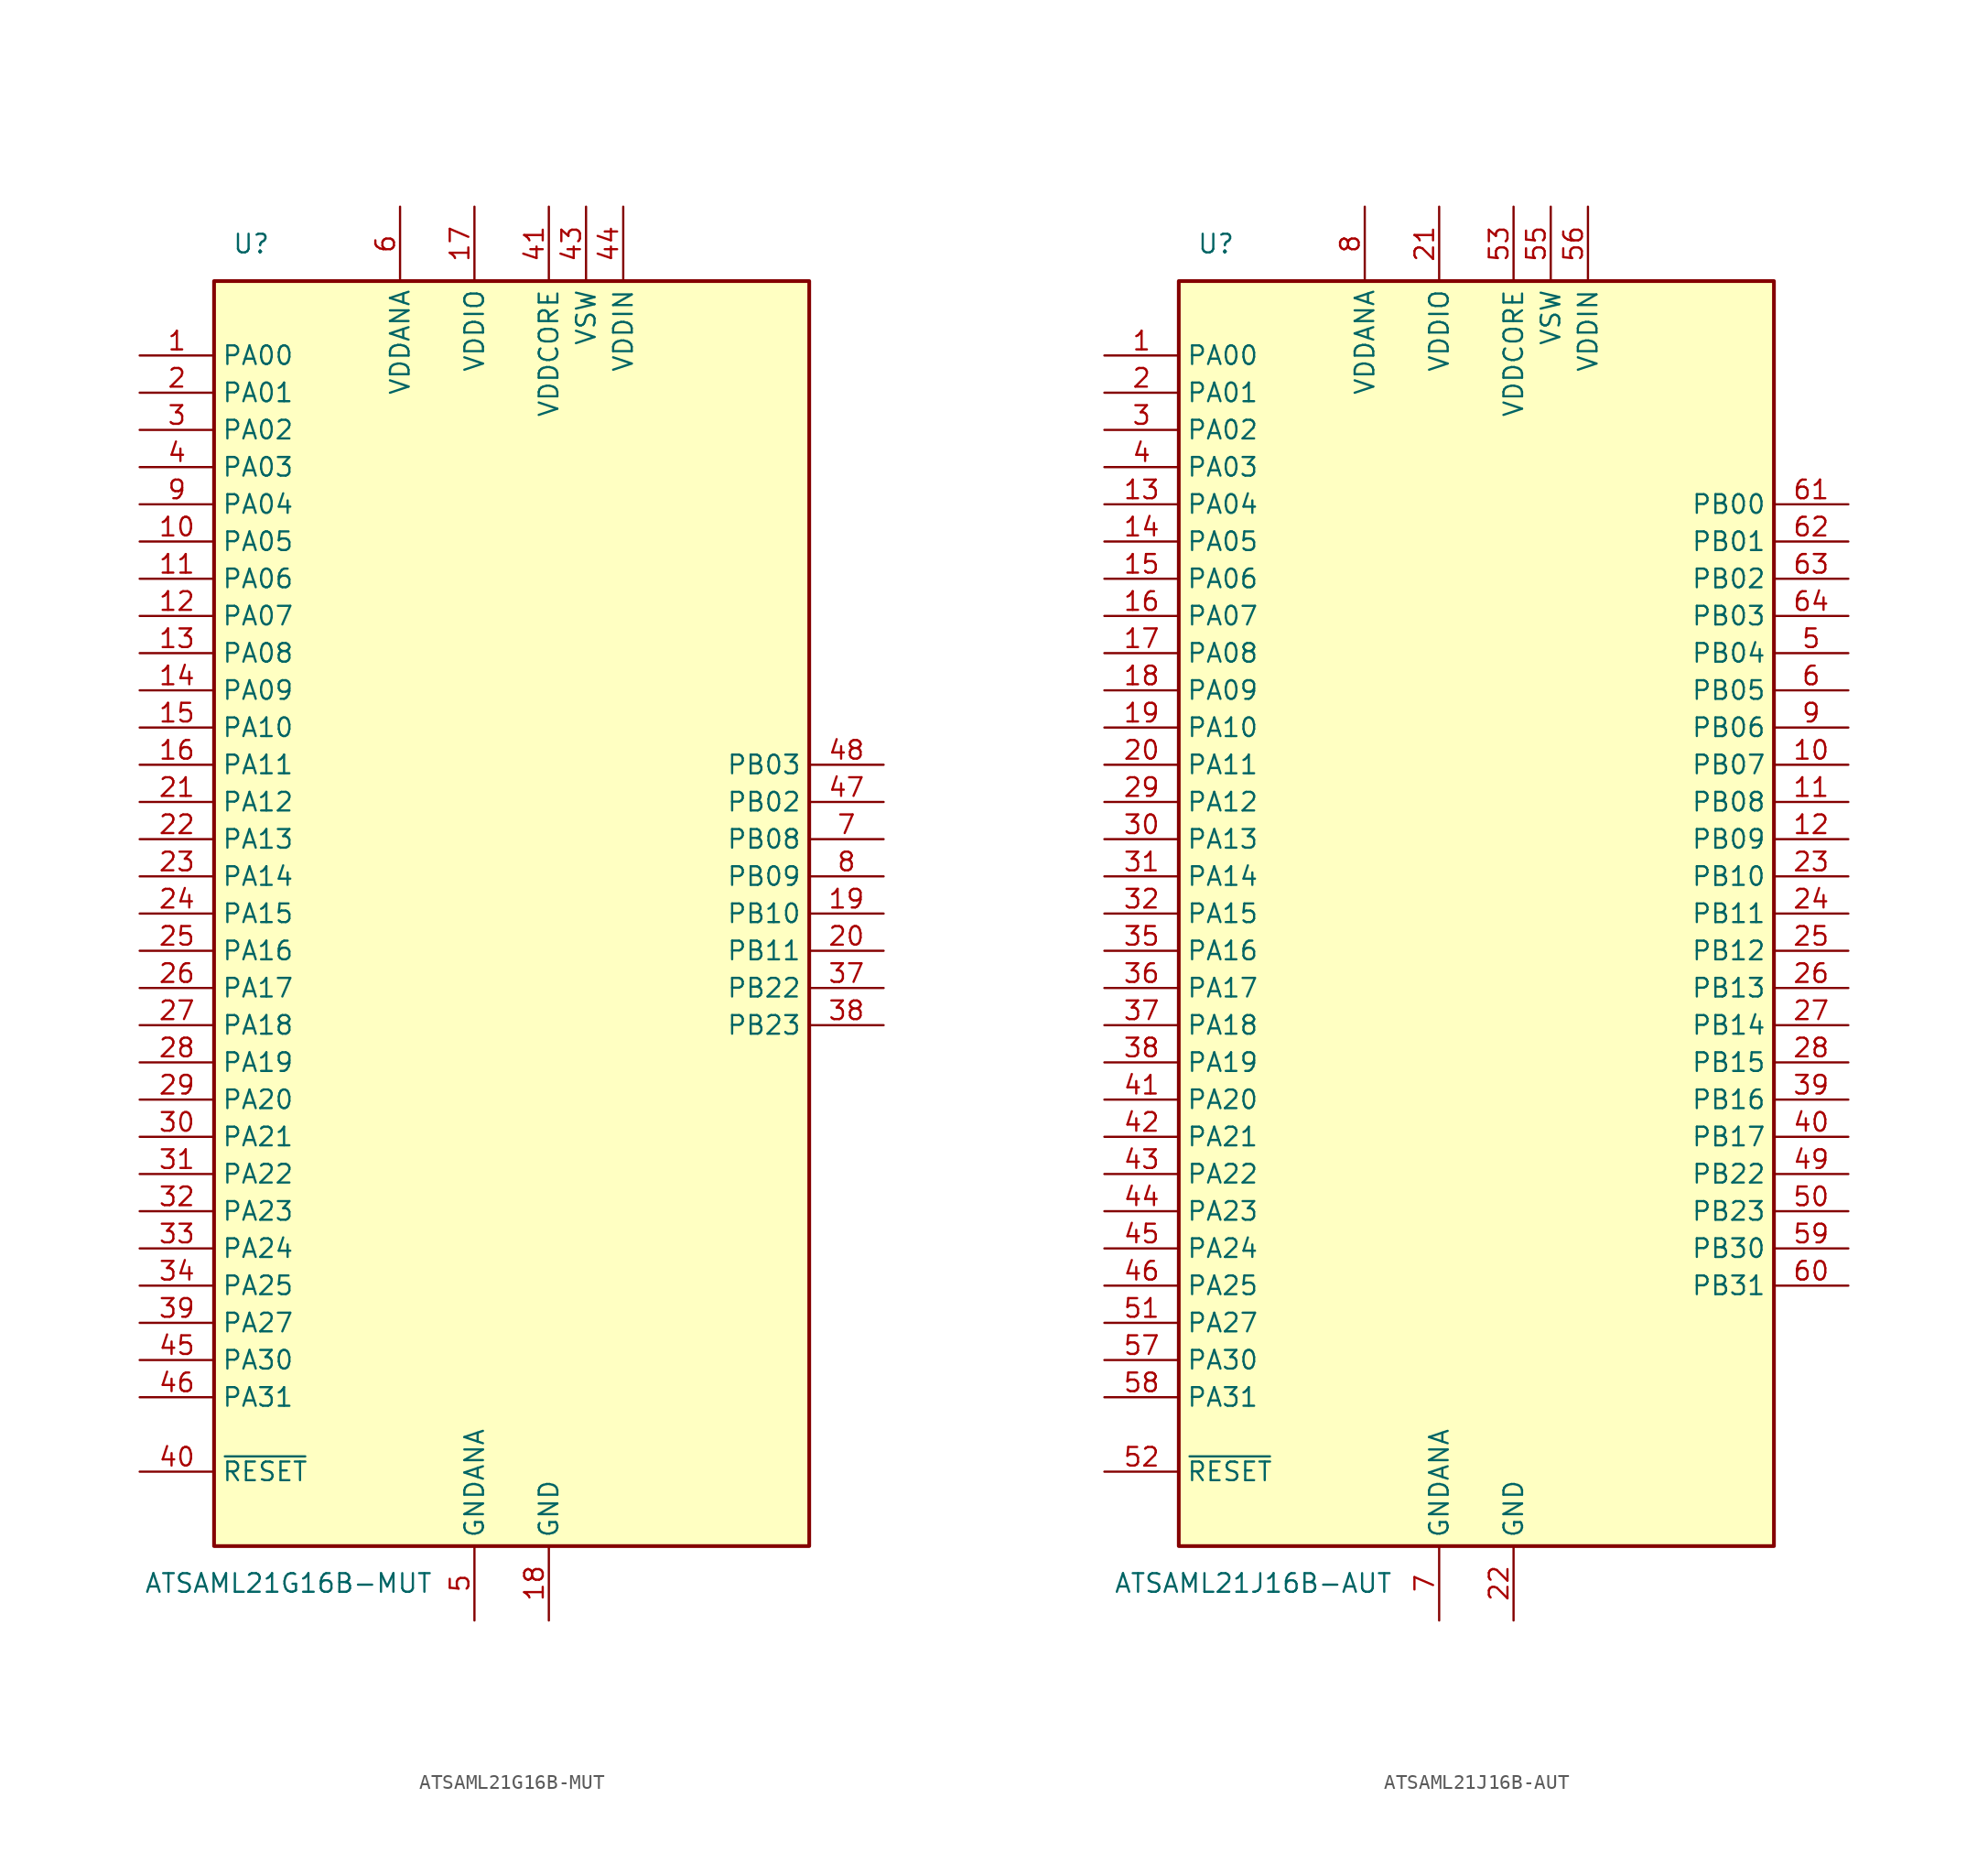
<source format=kicad_sym>
(kicad_symbol_lib
  (version 20220914)
  (generator kicad_symbol_editor)
  (symbol "ATSAML21G16B-MUT"
    (property "Reference" "U"
      (at -17.78 45.72 0)
      (effects (font (size 1.27 1.27))))
    (property "Value" "ATSAML21G16B-MUT"
      (at -15.24 -45.72 0)
      (effects (font (size 1.27 1.27))))
    (symbol "ATSAML21G16B-MUT_0_1"
      (rectangle (start -20.32 43.18) (end 20.32 -43.18) (stroke (width 0.254) (type default)) (fill (type background))))
    (symbol "ATSAML21G16B-MUT_1_1"
      (pin bidirectional line (at -25.4 38.1 0) (length 5.08) (name "PA00" (effects (font (size 1.27 1.27)))) (number "1" (effects (font (size 1.27 1.27)))))
      (pin bidirectional line (at -25.4 25.4 0) (length 5.08) (name "PA05" (effects (font (size 1.27 1.27)))) (number "10" (effects (font (size 1.27 1.27)))))
      (pin bidirectional line (at -25.4 22.86 0) (length 5.08) (name "PA06" (effects (font (size 1.27 1.27)))) (number "11" (effects (font (size 1.27 1.27)))))
      (pin bidirectional line (at -25.4 20.32 0) (length 5.08) (name "PA07" (effects (font (size 1.27 1.27)))) (number "12" (effects (font (size 1.27 1.27)))))
      (pin bidirectional line (at -25.4 17.78 0) (length 5.08) (name "PA08" (effects (font (size 1.27 1.27)))) (number "13" (effects (font (size 1.27 1.27)))))
      (pin bidirectional line (at -25.4 15.24 0) (length 5.08) (name "PA09" (effects (font (size 1.27 1.27)))) (number "14" (effects (font (size 1.27 1.27)))))
      (pin bidirectional line (at -25.4 12.7 0) (length 5.08) (name "PA10" (effects (font (size 1.27 1.27)))) (number "15" (effects (font (size 1.27 1.27)))))
      (pin bidirectional line (at -25.4 10.16 0) (length 5.08) (name "PA11" (effects (font (size 1.27 1.27)))) (number "16" (effects (font (size 1.27 1.27)))))
      (pin power_in line (at -2.54 48.26 270) (length 5.08) (name "VDDIO" (effects (font (size 1.27 1.27)))) (number "17" (effects (font (size 1.27 1.27)))))
      (pin power_in line (at 2.54 -48.26 90) (length 5.08) (name "GND" (effects (font (size 1.27 1.27)))) (number "18" (effects (font (size 1.27 1.27)))))
      (pin bidirectional line (at 25.4 0 180) (length 5.08) (name "PB10" (effects (font (size 1.27 1.27)))) (number "19" (effects (font (size 1.27 1.27)))))
      (pin bidirectional line (at -25.4 35.56 0) (length 5.08) (name "PA01" (effects (font (size 1.27 1.27)))) (number "2" (effects (font (size 1.27 1.27)))))
      (pin bidirectional line (at 25.4 -2.54 180) (length 5.08) (name "PB11" (effects (font (size 1.27 1.27)))) (number "20" (effects (font (size 1.27 1.27)))))
      (pin bidirectional line (at -25.4 7.62 0) (length 5.08) (name "PA12" (effects (font (size 1.27 1.27)))) (number "21" (effects (font (size 1.27 1.27)))))
      (pin bidirectional line (at -25.4 5.08 0) (length 5.08) (name "PA13" (effects (font (size 1.27 1.27)))) (number "22" (effects (font (size 1.27 1.27)))))
      (pin bidirectional line (at -25.4 2.54 0) (length 5.08) (name "PA14" (effects (font (size 1.27 1.27)))) (number "23" (effects (font (size 1.27 1.27)))))
      (pin bidirectional line (at -25.4 0 0) (length 5.08) (name "PA15" (effects (font (size 1.27 1.27)))) (number "24" (effects (font (size 1.27 1.27)))))
      (pin bidirectional line (at -25.4 -2.54 0) (length 5.08) (name "PA16" (effects (font (size 1.27 1.27)))) (number "25" (effects (font (size 1.27 1.27)))))
      (pin bidirectional line (at -25.4 -5.08 0) (length 5.08) (name "PA17" (effects (font (size 1.27 1.27)))) (number "26" (effects (font (size 1.27 1.27)))))
      (pin bidirectional line (at -25.4 -7.62 0) (length 5.08) (name "PA18" (effects (font (size 1.27 1.27)))) (number "27" (effects (font (size 1.27 1.27)))))
      (pin bidirectional line (at -25.4 -10.16 0) (length 5.08) (name "PA19" (effects (font (size 1.27 1.27)))) (number "28" (effects (font (size 1.27 1.27)))))
      (pin bidirectional line (at -25.4 -12.7 0) (length 5.08) (name "PA20" (effects (font (size 1.27 1.27)))) (number "29" (effects (font (size 1.27 1.27)))))
      (pin bidirectional line (at -25.4 33.02 0) (length 5.08) (name "PA02" (effects (font (size 1.27 1.27)))) (number "3" (effects (font (size 1.27 1.27)))))
      (pin bidirectional line (at -25.4 -15.24 0) (length 5.08) (name "PA21" (effects (font (size 1.27 1.27)))) (number "30" (effects (font (size 1.27 1.27)))))
      (pin bidirectional line (at -25.4 -17.78 0) (length 5.08) (name "PA22" (effects (font (size 1.27 1.27)))) (number "31" (effects (font (size 1.27 1.27)))))
      (pin bidirectional line (at -25.4 -20.32 0) (length 5.08) (name "PA23" (effects (font (size 1.27 1.27)))) (number "32" (effects (font (size 1.27 1.27)))))
      (pin bidirectional line (at -25.4 -22.86 0) (length 5.08) (name "PA24" (effects (font (size 1.27 1.27)))) (number "33" (effects (font (size 1.27 1.27)))))
      (pin bidirectional line (at -25.4 -25.4 0) (length 5.08) (name "PA25" (effects (font (size 1.27 1.27)))) (number "34" (effects (font (size 1.27 1.27)))))
      (pin passive line (at 2.54 -48.26 90) (length 5.08) hide (name "GND" (effects (font (size 1.27 1.27)))) (number "35" (effects (font (size 1.27 1.27)))))
      (pin passive line (at -2.54 48.26 270) (length 5.08) hide (name "VDDIO" (effects (font (size 1.27 1.27)))) (number "36" (effects (font (size 1.27 1.27)))))
      (pin bidirectional line (at 25.4 -5.08 180) (length 5.08) (name "PB22" (effects (font (size 1.27 1.27)))) (number "37" (effects (font (size 1.27 1.27)))))
      (pin bidirectional line (at 25.4 -7.62 180) (length 5.08) (name "PB23" (effects (font (size 1.27 1.27)))) (number "38" (effects (font (size 1.27 1.27)))))
      (pin bidirectional line (at -25.4 -27.94 0) (length 5.08) (name "PA27" (effects (font (size 1.27 1.27)))) (number "39" (effects (font (size 1.27 1.27)))))
      (pin bidirectional line (at -25.4 30.48 0) (length 5.08) (name "PA03" (effects (font (size 1.27 1.27)))) (number "4" (effects (font (size 1.27 1.27)))))
      (pin input line (at -25.4 -38.1 0) (length 5.08) (name "~{RESET}" (effects (font (size 1.27 1.27)))) (number "40" (effects (font (size 1.27 1.27)))))
      (pin power_in line (at 2.54 48.26 270) (length 5.08) (name "VDDCORE" (effects (font (size 1.27 1.27)))) (number "41" (effects (font (size 1.27 1.27)))))
      (pin passive line (at 2.54 -48.26 90) (length 5.08) hide (name "GND" (effects (font (size 1.27 1.27)))) (number "42" (effects (font (size 1.27 1.27)))))
      (pin power_out line (at 5.08 48.26 270) (length 5.08) (name "VSW" (effects (font (size 1.27 1.27)))) (number "43" (effects (font (size 1.27 1.27)))))
      (pin power_in line (at 7.62 48.26 270) (length 5.08) (name "VDDIN" (effects (font (size 1.27 1.27)))) (number "44" (effects (font (size 1.27 1.27)))))
      (pin bidirectional line (at -25.4 -30.48 0) (length 5.08) (name "PA30" (effects (font (size 1.27 1.27)))) (number "45" (effects (font (size 1.27 1.27)))))
      (pin bidirectional line (at -25.4 -33.02 0) (length 5.08) (name "PA31" (effects (font (size 1.27 1.27)))) (number "46" (effects (font (size 1.27 1.27)))))
      (pin bidirectional line (at 25.4 7.62 180) (length 5.08) (name "PB02" (effects (font (size 1.27 1.27)))) (number "47" (effects (font (size 1.27 1.27)))))
      (pin bidirectional line (at 25.4 10.16 180) (length 5.08) (name "PB03" (effects (font (size 1.27 1.27)))) (number "48" (effects (font (size 1.27 1.27)))))
      (pin power_in line (at -2.54 -48.26 90) (length 5.08) (name "GNDANA" (effects (font (size 1.27 1.27)))) (number "5" (effects (font (size 1.27 1.27)))))
      (pin power_in line (at -7.62 48.26 270) (length 5.08) (name "VDDANA" (effects (font (size 1.27 1.27)))) (number "6" (effects (font (size 1.27 1.27)))))
      (pin bidirectional line (at 25.4 5.08 180) (length 5.08) (name "PB08" (effects (font (size 1.27 1.27)))) (number "7" (effects (font (size 1.27 1.27)))))
      (pin bidirectional line (at 25.4 2.54 180) (length 5.08) (name "PB09" (effects (font (size 1.27 1.27)))) (number "8" (effects (font (size 1.27 1.27)))))
      (pin bidirectional line (at -25.4 27.94 0) (length 5.08) (name "PA04" (effects (font (size 1.27 1.27)))) (number "9" (effects (font (size 1.27 1.27)))))))
  (symbol "ATSAML21J16B-AUT"
    (property "Reference" "U"
      (at -17.78 45.72 0)
      (effects (font (size 1.27 1.27))))
    (property "Value" "ATSAML21J16B-AUT"
      (at -15.24 -45.72 0)
      (effects (font (size 1.27 1.27))))
    (symbol "ATSAML21J16B-AUT_0_1"
      (rectangle (start -20.32 43.18) (end 20.32 -43.18) (stroke (width 0.254) (type default)) (fill (type background))))
    (symbol "ATSAML21J16B-AUT_1_1"
      (pin bidirectional line (at -25.4 38.1 0) (length 5.08) (name "PA00" (effects (font (size 1.27 1.27)))) (number "1" (effects (font (size 1.27 1.27)))))
      (pin bidirectional line (at 25.4 10.16 180) (length 5.08) (name "PB07" (effects (font (size 1.27 1.27)))) (number "10" (effects (font (size 1.27 1.27)))))
      (pin bidirectional line (at 25.4 7.62 180) (length 5.08) (name "PB08" (effects (font (size 1.27 1.27)))) (number "11" (effects (font (size 1.27 1.27)))))
      (pin bidirectional line (at 25.4 5.08 180) (length 5.08) (name "PB09" (effects (font (size 1.27 1.27)))) (number "12" (effects (font (size 1.27 1.27)))))
      (pin bidirectional line (at -25.4 27.94 0) (length 5.08) (name "PA04" (effects (font (size 1.27 1.27)))) (number "13" (effects (font (size 1.27 1.27)))))
      (pin bidirectional line (at -25.4 25.4 0) (length 5.08) (name "PA05" (effects (font (size 1.27 1.27)))) (number "14" (effects (font (size 1.27 1.27)))))
      (pin bidirectional line (at -25.4 22.86 0) (length 5.08) (name "PA06" (effects (font (size 1.27 1.27)))) (number "15" (effects (font (size 1.27 1.27)))))
      (pin bidirectional line (at -25.4 20.32 0) (length 5.08) (name "PA07" (effects (font (size 1.27 1.27)))) (number "16" (effects (font (size 1.27 1.27)))))
      (pin bidirectional line (at -25.4 17.78 0) (length 5.08) (name "PA08" (effects (font (size 1.27 1.27)))) (number "17" (effects (font (size 1.27 1.27)))))
      (pin bidirectional line (at -25.4 15.24 0) (length 5.08) (name "PA09" (effects (font (size 1.27 1.27)))) (number "18" (effects (font (size 1.27 1.27)))))
      (pin bidirectional line (at -25.4 12.7 0) (length 5.08) (name "PA10" (effects (font (size 1.27 1.27)))) (number "19" (effects (font (size 1.27 1.27)))))
      (pin bidirectional line (at -25.4 35.56 0) (length 5.08) (name "PA01" (effects (font (size 1.27 1.27)))) (number "2" (effects (font (size 1.27 1.27)))))
      (pin bidirectional line (at -25.4 10.16 0) (length 5.08) (name "PA11" (effects (font (size 1.27 1.27)))) (number "20" (effects (font (size 1.27 1.27)))))
      (pin power_in line (at -2.54 48.26 270) (length 5.08) (name "VDDIO" (effects (font (size 1.27 1.27)))) (number "21" (effects (font (size 1.27 1.27)))))
      (pin power_in line (at 2.54 -48.26 90) (length 5.08) (name "GND" (effects (font (size 1.27 1.27)))) (number "22" (effects (font (size 1.27 1.27)))))
      (pin bidirectional line (at 25.4 2.54 180) (length 5.08) (name "PB10" (effects (font (size 1.27 1.27)))) (number "23" (effects (font (size 1.27 1.27)))))
      (pin bidirectional line (at 25.4 0 180) (length 5.08) (name "PB11" (effects (font (size 1.27 1.27)))) (number "24" (effects (font (size 1.27 1.27)))))
      (pin bidirectional line (at 25.4 -2.54 180) (length 5.08) (name "PB12" (effects (font (size 1.27 1.27)))) (number "25" (effects (font (size 1.27 1.27)))))
      (pin bidirectional line (at 25.4 -5.08 180) (length 5.08) (name "PB13" (effects (font (size 1.27 1.27)))) (number "26" (effects (font (size 1.27 1.27)))))
      (pin bidirectional line (at 25.4 -7.62 180) (length 5.08) (name "PB14" (effects (font (size 1.27 1.27)))) (number "27" (effects (font (size 1.27 1.27)))))
      (pin bidirectional line (at 25.4 -10.16 180) (length 5.08) (name "PB15" (effects (font (size 1.27 1.27)))) (number "28" (effects (font (size 1.27 1.27)))))
      (pin bidirectional line (at -25.4 7.62 0) (length 5.08) (name "PA12" (effects (font (size 1.27 1.27)))) (number "29" (effects (font (size 1.27 1.27)))))
      (pin bidirectional line (at -25.4 33.02 0) (length 5.08) (name "PA02" (effects (font (size 1.27 1.27)))) (number "3" (effects (font (size 1.27 1.27)))))
      (pin bidirectional line (at -25.4 5.08 0) (length 5.08) (name "PA13" (effects (font (size 1.27 1.27)))) (number "30" (effects (font (size 1.27 1.27)))))
      (pin bidirectional line (at -25.4 2.54 0) (length 5.08) (name "PA14" (effects (font (size 1.27 1.27)))) (number "31" (effects (font (size 1.27 1.27)))))
      (pin bidirectional line (at -25.4 0 0) (length 5.08) (name "PA15" (effects (font (size 1.27 1.27)))) (number "32" (effects (font (size 1.27 1.27)))))
      (pin passive line (at 2.54 -48.26 90) (length 5.08) hide (name "GND" (effects (font (size 1.27 1.27)))) (number "33" (effects (font (size 1.27 1.27)))))
      (pin passive line (at -2.54 48.26 270) (length 5.08) hide (name "VDDIO" (effects (font (size 1.27 1.27)))) (number "34" (effects (font (size 1.27 1.27)))))
      (pin bidirectional line (at -25.4 -2.54 0) (length 5.08) (name "PA16" (effects (font (size 1.27 1.27)))) (number "35" (effects (font (size 1.27 1.27)))))
      (pin bidirectional line (at -25.4 -5.08 0) (length 5.08) (name "PA17" (effects (font (size 1.27 1.27)))) (number "36" (effects (font (size 1.27 1.27)))))
      (pin bidirectional line (at -25.4 -7.62 0) (length 5.08) (name "PA18" (effects (font (size 1.27 1.27)))) (number "37" (effects (font (size 1.27 1.27)))))
      (pin bidirectional line (at -25.4 -10.16 0) (length 5.08) (name "PA19" (effects (font (size 1.27 1.27)))) (number "38" (effects (font (size 1.27 1.27)))))
      (pin bidirectional line (at 25.4 -12.7 180) (length 5.08) (name "PB16" (effects (font (size 1.27 1.27)))) (number "39" (effects (font (size 1.27 1.27)))))
      (pin bidirectional line (at -25.4 30.48 0) (length 5.08) (name "PA03" (effects (font (size 1.27 1.27)))) (number "4" (effects (font (size 1.27 1.27)))))
      (pin bidirectional line (at 25.4 -15.24 180) (length 5.08) (name "PB17" (effects (font (size 1.27 1.27)))) (number "40" (effects (font (size 1.27 1.27)))))
      (pin bidirectional line (at -25.4 -12.7 0) (length 5.08) (name "PA20" (effects (font (size 1.27 1.27)))) (number "41" (effects (font (size 1.27 1.27)))))
      (pin bidirectional line (at -25.4 -15.24 0) (length 5.08) (name "PA21" (effects (font (size 1.27 1.27)))) (number "42" (effects (font (size 1.27 1.27)))))
      (pin bidirectional line (at -25.4 -17.78 0) (length 5.08) (name "PA22" (effects (font (size 1.27 1.27)))) (number "43" (effects (font (size 1.27 1.27)))))
      (pin bidirectional line (at -25.4 -20.32 0) (length 5.08) (name "PA23" (effects (font (size 1.27 1.27)))) (number "44" (effects (font (size 1.27 1.27)))))
      (pin bidirectional line (at -25.4 -22.86 0) (length 5.08) (name "PA24" (effects (font (size 1.27 1.27)))) (number "45" (effects (font (size 1.27 1.27)))))
      (pin bidirectional line (at -25.4 -25.4 0) (length 5.08) (name "PA25" (effects (font (size 1.27 1.27)))) (number "46" (effects (font (size 1.27 1.27)))))
      (pin passive line (at 2.54 -48.26 90) (length 5.08) hide (name "GND" (effects (font (size 1.27 1.27)))) (number "47" (effects (font (size 1.27 1.27)))))
      (pin passive line (at -2.54 48.26 270) (length 5.08) hide (name "VDDIO" (effects (font (size 1.27 1.27)))) (number "48" (effects (font (size 1.27 1.27)))))
      (pin bidirectional line (at 25.4 -17.78 180) (length 5.08) (name "PB22" (effects (font (size 1.27 1.27)))) (number "49" (effects (font (size 1.27 1.27)))))
      (pin bidirectional line (at 25.4 17.78 180) (length 5.08) (name "PB04" (effects (font (size 1.27 1.27)))) (number "5" (effects (font (size 1.27 1.27)))))
      (pin bidirectional line (at 25.4 -20.32 180) (length 5.08) (name "PB23" (effects (font (size 1.27 1.27)))) (number "50" (effects (font (size 1.27 1.27)))))
      (pin bidirectional line (at -25.4 -27.94 0) (length 5.08) (name "PA27" (effects (font (size 1.27 1.27)))) (number "51" (effects (font (size 1.27 1.27)))))
      (pin input line (at -25.4 -38.1 0) (length 5.08) (name "~{RESET}" (effects (font (size 1.27 1.27)))) (number "52" (effects (font (size 1.27 1.27)))))
      (pin power_in line (at 2.54 48.26 270) (length 5.08) (name "VDDCORE" (effects (font (size 1.27 1.27)))) (number "53" (effects (font (size 1.27 1.27)))))
      (pin passive line (at 2.54 -48.26 90) (length 5.08) hide (name "GND" (effects (font (size 1.27 1.27)))) (number "54" (effects (font (size 1.27 1.27)))))
      (pin power_out line (at 5.08 48.26 270) (length 5.08) (name "VSW" (effects (font (size 1.27 1.27)))) (number "55" (effects (font (size 1.27 1.27)))))
      (pin power_in line (at 7.62 48.26 270) (length 5.08) (name "VDDIN" (effects (font (size 1.27 1.27)))) (number "56" (effects (font (size 1.27 1.27)))))
      (pin bidirectional line (at -25.4 -30.48 0) (length 5.08) (name "PA30" (effects (font (size 1.27 1.27)))) (number "57" (effects (font (size 1.27 1.27)))))
      (pin bidirectional line (at -25.4 -33.02 0) (length 5.08) (name "PA31" (effects (font (size 1.27 1.27)))) (number "58" (effects (font (size 1.27 1.27)))))
      (pin bidirectional line (at 25.4 -22.86 180) (length 5.08) (name "PB30" (effects (font (size 1.27 1.27)))) (number "59" (effects (font (size 1.27 1.27)))))
      (pin bidirectional line (at 25.4 15.24 180) (length 5.08) (name "PB05" (effects (font (size 1.27 1.27)))) (number "6" (effects (font (size 1.27 1.27)))))
      (pin bidirectional line (at 25.4 -25.4 180) (length 5.08) (name "PB31" (effects (font (size 1.27 1.27)))) (number "60" (effects (font (size 1.27 1.27)))))
      (pin bidirectional line (at 25.4 27.94 180) (length 5.08) (name "PB00" (effects (font (size 1.27 1.27)))) (number "61" (effects (font (size 1.27 1.27)))))
      (pin bidirectional line (at 25.4 25.4 180) (length 5.08) (name "PB01" (effects (font (size 1.27 1.27)))) (number "62" (effects (font (size 1.27 1.27)))))
      (pin bidirectional line (at 25.4 22.86 180) (length 5.08) (name "PB02" (effects (font (size 1.27 1.27)))) (number "63" (effects (font (size 1.27 1.27)))))
      (pin bidirectional line (at 25.4 20.32 180) (length 5.08) (name "PB03" (effects (font (size 1.27 1.27)))) (number "64" (effects (font (size 1.27 1.27)))))
      (pin power_in line (at -2.54 -48.26 90) (length 5.08) (name "GNDANA" (effects (font (size 1.27 1.27)))) (number "7" (effects (font (size 1.27 1.27)))))
      (pin power_in line (at -7.62 48.26 270) (length 5.08) (name "VDDANA" (effects (font (size 1.27 1.27)))) (number "8" (effects (font (size 1.27 1.27)))))
      (pin bidirectional line (at 25.4 12.7 180) (length 5.08) (name "PB06" (effects (font (size 1.27 1.27)))) (number "9" (effects (font (size 1.27 1.27))))))))
</source>
